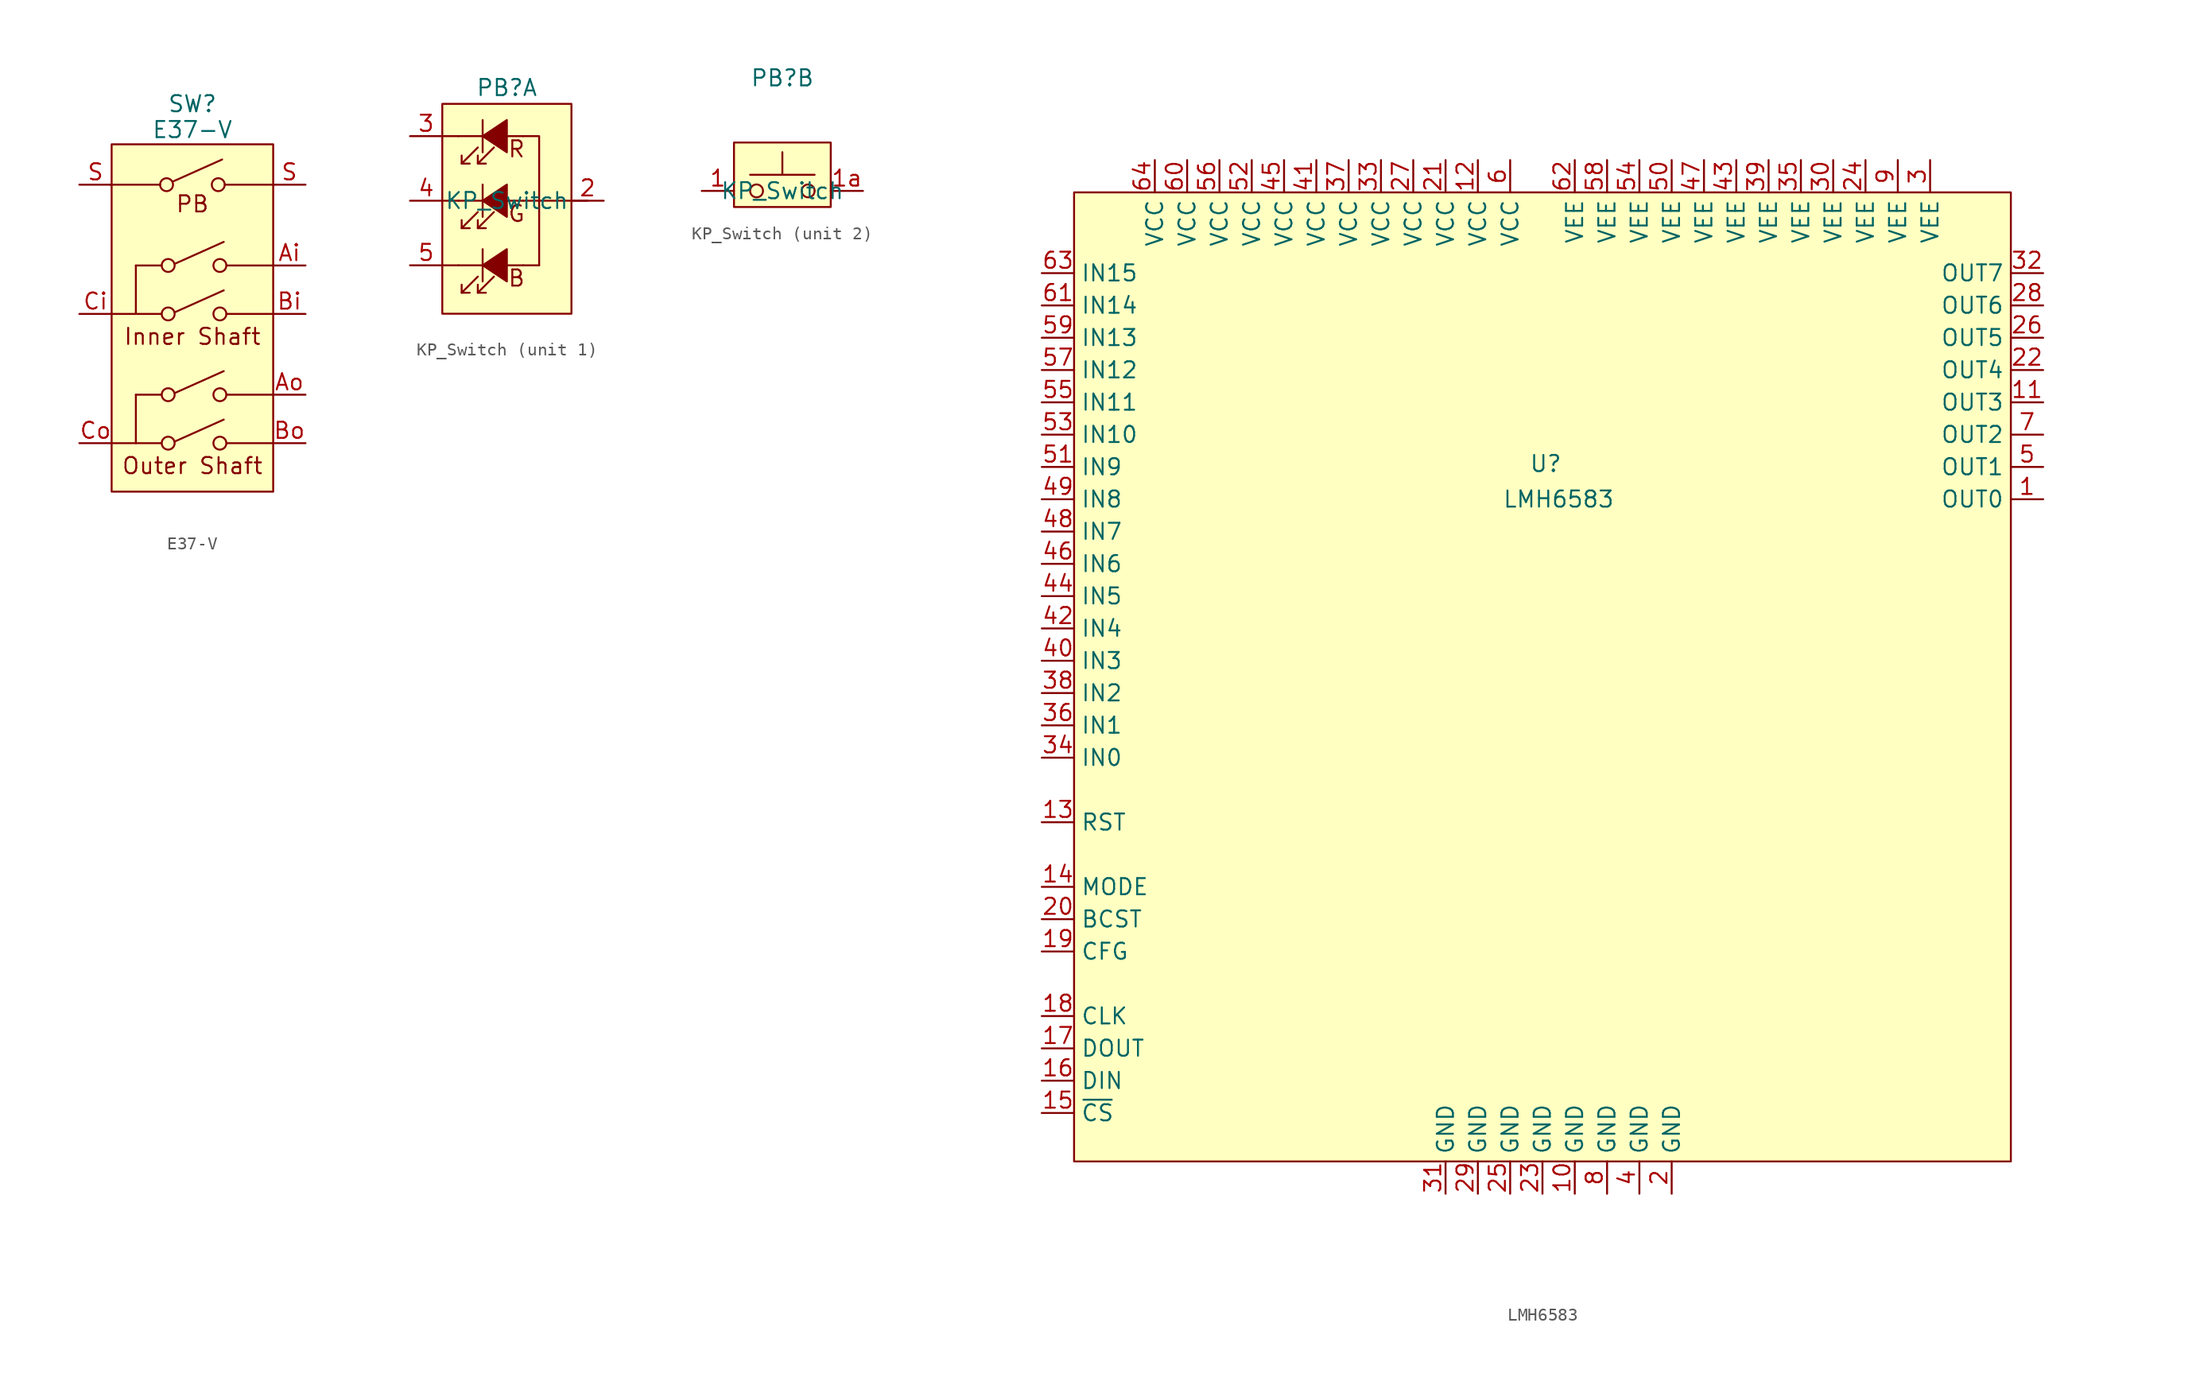
<source format=kicad_sym>
(kicad_symbol_lib
  (version 20241209)
  (generator "kicad_symbol_editor")
  (generator_version "9.0")
  (symbol "E37-V"
    (pin_names
      (hide yes))
    (property "Reference" "SW"
      (at 0 6.35 0)
      (effects (font (size 1.27 1.27))))
    (property "Value" "E37-V"
      (at 0 4.318 0)
      (effects (font (size 1.27 1.27))))
    (symbol "E37-V_0_0"
      (circle (center -2.032 0) (radius 0.508) (stroke (width 0) (type default)) (fill (type none)))
      (circle (center -1.905 -6.35) (radius 0.508) (stroke (width 0) (type default)) (fill (type none)))
      (circle (center -1.905 -10.16) (radius 0.508) (stroke (width 0) (type default)) (fill (type none)))
      (circle (center -1.905 -16.51) (radius 0.508) (stroke (width 0) (type default)) (fill (type none)))
      (circle (center -1.905 -20.32) (radius 0.508) (stroke (width 0) (type default)) (fill (type none))))
    (symbol "E37-V_0_1"
      (polyline (pts (xy -1.524 0.254) (xy 2.337 1.981)) (stroke (width 0) (type default)) (fill (type none)))
      (polyline (pts (xy -1.397 -6.223) (xy 2.464 -4.496)) (stroke (width 0) (type default)) (fill (type none)))
      (polyline (pts (xy -1.397 -10.033) (xy 2.464 -8.306)) (stroke (width 0) (type default)) (fill (type none)))
      (polyline (pts (xy -1.397 -16.383) (xy 2.464 -14.656)) (stroke (width 0) (type default)) (fill (type none)))
      (polyline (pts (xy -1.397 -20.193) (xy 2.464 -18.466)) (stroke (width 0) (type default)) (fill (type none)))
      (circle (center 2.032 0) (radius 0.508) (stroke (width 0) (type default)) (fill (type none)))
      (circle (center 2.159 -6.35) (radius 0.508) (stroke (width 0) (type default)) (fill (type none)))
      (circle (center 2.159 -10.16) (radius 0.508) (stroke (width 0) (type default)) (fill (type none)))
      (circle (center 2.159 -16.51) (radius 0.508) (stroke (width 0) (type default)) (fill (type none)))
      (circle (center 2.159 -20.32) (radius 0.508) (stroke (width 0) (type default)) (fill (type none))))
    (symbol "E37-V_1_1"
      (rectangle (start -6.35 3.175) (end 6.35 -24.13) (stroke (width 0) (type solid)) (fill (type background)))
      (polyline (pts (xy -6.35 -10.16) (xy -2.43 -10.16)) (stroke (width 0) (type default)) (fill (type none)))
      (polyline (pts (xy -6.35 -20.32) (xy -2.43 -20.32)) (stroke (width 0) (type default)) (fill (type none)))
      (polyline (pts (xy -4.445 -6.35) (xy -4.445 -10.16)) (stroke (width 0) (type default)) (fill (type none)))
      (polyline (pts (xy -4.445 -6.35) (xy -2.43 -6.35)) (stroke (width 0) (type default)) (fill (type none)))
      (polyline (pts (xy -4.445 -16.51) (xy -4.445 -20.32)) (stroke (width 0) (type default)) (fill (type none)))
      (polyline (pts (xy -4.445 -16.51) (xy -2.43 -16.51)) (stroke (width 0) (type default)) (fill (type none)))
      (polyline (pts (xy -2.54 0) (xy -6.46 0)) (stroke (width 0) (type default)) (fill (type none)))
      (polyline (pts (xy 2.54 0) (xy 6.46 0)) (stroke (width 0) (type default)) (fill (type none)))
      (polyline (pts (xy 6.35 -6.35) (xy 2.683 -6.35)) (stroke (width 0) (type default)) (fill (type none)))
      (polyline (pts (xy 6.35 -10.16) (xy 2.683 -10.16)) (stroke (width 0) (type default)) (fill (type none)))
      (polyline (pts (xy 6.35 -16.51) (xy 2.683 -16.51)) (stroke (width 0) (type default)) (fill (type none)))
      (polyline (pts (xy 6.35 -20.32) (xy 2.683 -20.32)) (stroke (width 0) (type default)) (fill (type none)))
      (text "PB" (at 0 -1.524 0) (effects (font (size 1.27 1.27))))
      (text "Inner Shaft" (at 0 -11.938 0) (effects (font (size 1.27 1.27))))
      (text "Outer Shaft" (at 0 -22.098 0) (effects (font (size 1.27 1.27))))
      (pin passive line (at -8.89 0 0) (length 2.54) (name "S" (effects (font (size 1.27 1.27)))) (number "S" (effects (font (size 1.27 1.27)))))
      (pin passive line (at -8.89 -10.16 0) (length 2.54) (name "Ci" (effects (font (size 1.27 1.27)))) (number "Ci" (effects (font (size 1.27 1.27)))))
      (pin passive line (at -8.89 -20.32 0) (length 2.54) (name "Co" (effects (font (size 1.27 1.27)))) (number "Co" (effects (font (size 1.27 1.27)))))
      (pin passive line (at 8.89 0 180) (length 2.54) (name "S" (effects (font (size 1.27 1.27)))) (number "S" (effects (font (size 1.27 1.27)))))
      (pin passive line (at 8.89 -6.35 180) (length 2.54) (name "Ai" (effects (font (size 1.27 1.27)))) (number "Ai" (effects (font (size 1.27 1.27)))))
      (pin passive line (at 8.89 -10.16 180) (length 2.54) (name "Bi" (effects (font (size 1.27 1.27)))) (number "Bi" (effects (font (size 1.27 1.27)))))
      (pin passive line (at 8.89 -16.51 180) (length 2.54) (name "Ao" (effects (font (size 1.27 1.27)))) (number "Ao" (effects (font (size 1.27 1.27)))))
      (pin passive line (at 8.89 -20.32 180) (length 2.54) (name "Bo" (effects (font (size 1.27 1.27)))) (number "Bo" (effects (font (size 1.27 1.27)))))))
  (symbol "KP_Switch"
    (pin_names
      (hide yes))
    (property "Reference" "PB"
      (at 0 8.89 0)
      (effects (font (size 1.27 1.27))))
    (property "Value" "KP_Switch"
      (at 0 0 0)
      (effects (font (size 1.27 1.27))))
    (property "ki_locked" ""
      (at 0 0 0)
      (effects (font (size 1.27 1.27))))
    (symbol "KP_Switch_0_1"
      (polyline (pts (xy 2.54 0) (xy 2.54 0)) (stroke (width 0) (type default)) (fill (type none))))
    (symbol "KP_Switch_1_0"
      (polyline (pts (xy -3.81 5.08) (xy 1.27 5.08)) (stroke (width 0) (type solid)) (fill (type none)))
      (polyline (pts (xy -3.81 0) (xy 1.27 0)) (stroke (width 0) (type solid)) (fill (type none)))
      (polyline (pts (xy -3.81 -5.08) (xy 1.27 -5.08)) (stroke (width 0) (type solid)) (fill (type none)))
      (polyline (pts (xy -3.556 3.556) (xy -3.556 2.921) (xy -2.921 2.921)) (stroke (width 0) (type solid)) (fill (type none)))
      (polyline (pts (xy -3.556 2.921) (xy -2.286 4.191)) (stroke (width 0) (type solid)) (fill (type none)))
      (polyline (pts (xy -3.556 -1.524) (xy -3.556 -2.159) (xy -2.921 -2.159)) (stroke (width 0) (type solid)) (fill (type none)))
      (polyline (pts (xy -3.556 -2.159) (xy -2.286 -0.889)) (stroke (width 0) (type solid)) (fill (type none)))
      (polyline (pts (xy -3.556 -6.604) (xy -3.556 -7.239) (xy -2.921 -7.239)) (stroke (width 0) (type solid)) (fill (type none)))
      (polyline (pts (xy -3.556 -7.239) (xy -2.286 -5.969)) (stroke (width 0) (type solid)) (fill (type none)))
      (polyline (pts (xy -2.286 3.556) (xy -2.286 2.921) (xy -1.651 2.921)) (stroke (width 0) (type solid)) (fill (type none)))
      (polyline (pts (xy -2.286 2.921) (xy -1.016 4.191)) (stroke (width 0) (type solid)) (fill (type none)))
      (polyline (pts (xy -2.286 -1.524) (xy -2.286 -2.159) (xy -1.651 -2.159)) (stroke (width 0) (type solid)) (fill (type none)))
      (polyline (pts (xy -2.286 -2.159) (xy -1.016 -0.889)) (stroke (width 0) (type solid)) (fill (type none)))
      (polyline (pts (xy -2.286 -6.604) (xy -2.286 -7.239) (xy -1.651 -7.239)) (stroke (width 0) (type solid)) (fill (type none)))
      (polyline (pts (xy -2.286 -7.239) (xy -1.016 -5.969)) (stroke (width 0) (type solid)) (fill (type none)))
      (polyline (pts (xy -1.905 6.35) (xy -1.905 3.81)) (stroke (width 0) (type solid)) (fill (type none)))
      (polyline (pts (xy -1.905 5.08) (xy 0 6.35) (xy 0 3.81) (xy -1.905 5.08)) (stroke (width 0) (type solid)) (fill (type outline)))
      (polyline (pts (xy -1.905 1.27) (xy -1.905 -1.27)) (stroke (width 0) (type solid)) (fill (type none)))
      (polyline (pts (xy -1.905 0) (xy 0 1.27) (xy 0 -1.27) (xy -1.905 0)) (stroke (width 0) (type solid)) (fill (type outline)))
      (polyline (pts (xy -1.905 -3.81) (xy -1.905 -6.35)) (stroke (width 0) (type solid)) (fill (type none)))
      (polyline (pts (xy -1.905 -5.08) (xy 0 -3.81) (xy 0 -6.35) (xy -1.905 -5.08)) (stroke (width 0) (type solid)) (fill (type outline))))
    (symbol "KP_Switch_1_1"
      (rectangle (start -5.08 7.62) (end 5.08 -8.89) (stroke (width 0) (type solid)) (fill (type background)))
      (polyline (pts (xy -3.81 5.08) (xy -5.08 5.08)) (stroke (width 0) (type solid)) (fill (type none)))
      (polyline (pts (xy -3.81 0) (xy -5.08 0)) (stroke (width 0) (type solid)) (fill (type none)))
      (polyline (pts (xy -3.81 0) (xy -3.81 0)) (stroke (width 0) (type default)) (fill (type none)))
      (polyline (pts (xy -3.81 -5.08) (xy -5.08 -5.08)) (stroke (width 0) (type solid)) (fill (type none)))
      (polyline (pts (xy 1.27 5.08) (xy 2.54 5.08) (xy 2.54 -5.08)) (stroke (width 0) (type solid)) (fill (type none)))
      (polyline (pts (xy 1.27 0) (xy 2.54 0)) (stroke (width 0) (type solid)) (fill (type none)))
      (polyline (pts (xy 1.27 -5.08) (xy 2.54 -5.08)) (stroke (width 0) (type solid)) (fill (type none)))
      (polyline (pts (xy 6.35 0) (xy 2.54 0)) (stroke (width 0) (type default)) (fill (type none)))
      (text "R" (at 0.762 4.064 0) (effects (font (size 1.27 1.27))))
      (text "G" (at 0.762 -1.016 0) (effects (font (size 1.27 1.27))))
      (text "B" (at 0.762 -6.096 0) (effects (font (size 1.27 1.27))))
      (pin passive line (at -7.62 5.08 0) (length 2.54) (name "K_R" (effects (font (size 1.27 1.27)))) (number "3" (effects (font (size 1.27 1.27)))))
      (pin passive line (at -7.62 0 0) (length 2.54) (name "K_G" (effects (font (size 1.27 1.27)))) (number "4" (effects (font (size 1.27 1.27)))))
      (pin passive line (at -7.62 -5.08 0) (length 2.54) (name "K_B" (effects (font (size 1.27 1.27)))) (number "5" (effects (font (size 1.27 1.27)))))
      (pin passive line (at 7.62 0 180) (length 2.54) (name "A" (effects (font (size 1.27 1.27)))) (number "2" (effects (font (size 1.27 1.27))))))
    (symbol "KP_Switch_2_1"
      (rectangle (start -3.81 3.81) (end 3.81 -1.27) (stroke (width 0) (type solid)) (fill (type background)))
      (circle (center -2.032 0) (radius 0.508) (stroke (width 0) (type solid)) (fill (type none)))
      (polyline (pts (xy 0 1.27) (xy 0 3.048)) (stroke (width 0) (type solid)) (fill (type none)))
      (circle (center 2.032 0) (radius 0.508) (stroke (width 0) (type solid)) (fill (type none)))
      (polyline (pts (xy 2.54 1.27) (xy -2.54 1.27)) (stroke (width 0) (type solid)) (fill (type none)))
      (pin passive line (at -6.35 0 0) (length 2.54) (name "1" (effects (font (size 1.27 1.27)))) (number "1" (effects (font (size 1.27 1.27)))))
      (pin passive line (at 6.35 0 180) (length 2.54) (name "A" (effects (font (size 1.27 1.27)))) (number "1a" (effects (font (size 1.27 1.27)))))))
  (symbol "LMH6583"
    (property "Reference" "U"
      (at -1.016 2.794 0)
      (effects (font (size 1.27 1.27))))
    (property "Value" "LMH6583"
      (at 0 0 0)
      (effects (font (size 1.27 1.27))))
    (symbol "LMH6583_0_0"
      (pin input line (at -40.64 17.78 0) (length 2.54) (name "IN15" (effects (font (size 1.27 1.27)))) (number "63" (effects (font (size 1.27 1.27)))))
      (pin input line (at -40.64 15.24 0) (length 2.54) (name "IN14" (effects (font (size 1.27 1.27)))) (number "61" (effects (font (size 1.27 1.27)))))
      (pin input line (at -40.64 12.7 0) (length 2.54) (name "IN13" (effects (font (size 1.27 1.27)))) (number "59" (effects (font (size 1.27 1.27)))))
      (pin input line (at -40.64 10.16 0) (length 2.54) (name "IN12" (effects (font (size 1.27 1.27)))) (number "57" (effects (font (size 1.27 1.27)))))
      (pin input line (at -40.64 7.62 0) (length 2.54) (name "IN11" (effects (font (size 1.27 1.27)))) (number "55" (effects (font (size 1.27 1.27)))))
      (pin input line (at -40.64 5.08 0) (length 2.54) (name "IN10" (effects (font (size 1.27 1.27)))) (number "53" (effects (font (size 1.27 1.27)))))
      (pin input line (at -40.64 2.54 0) (length 2.54) (name "IN9" (effects (font (size 1.27 1.27)))) (number "51" (effects (font (size 1.27 1.27)))))
      (pin input line (at -40.64 0 0) (length 2.54) (name "IN8" (effects (font (size 1.27 1.27)))) (number "49" (effects (font (size 1.27 1.27)))))
      (pin input line (at -40.64 -2.54 0) (length 2.54) (name "IN7" (effects (font (size 1.27 1.27)))) (number "48" (effects (font (size 1.27 1.27)))))
      (pin input line (at -40.64 -5.08 0) (length 2.54) (name "IN6" (effects (font (size 1.27 1.27)))) (number "46" (effects (font (size 1.27 1.27)))))
      (pin input line (at -40.64 -7.62 0) (length 2.54) (name "IN5" (effects (font (size 1.27 1.27)))) (number "44" (effects (font (size 1.27 1.27)))))
      (pin input line (at -40.64 -10.16 0) (length 2.54) (name "IN4" (effects (font (size 1.27 1.27)))) (number "42" (effects (font (size 1.27 1.27)))))
      (pin input line (at -40.64 -12.7 0) (length 2.54) (name "IN3" (effects (font (size 1.27 1.27)))) (number "40" (effects (font (size 1.27 1.27)))))
      (pin input line (at -40.64 -15.24 0) (length 2.54) (name "IN2" (effects (font (size 1.27 1.27)))) (number "38" (effects (font (size 1.27 1.27)))))
      (pin input line (at -40.64 -17.78 0) (length 2.54) (name "IN1" (effects (font (size 1.27 1.27)))) (number "36" (effects (font (size 1.27 1.27)))))
      (pin input line (at -40.64 -20.32 0) (length 2.54) (name "IN0" (effects (font (size 1.27 1.27)))) (number "34" (effects (font (size 1.27 1.27)))))
      (pin input line (at -40.64 -25.4 0) (length 2.54) (name "RST" (effects (font (size 1.27 1.27)))) (number "13" (effects (font (size 1.27 1.27)))))
      (pin input line (at -40.64 -30.48 0) (length 2.54) (name "MODE" (effects (font (size 1.27 1.27)))) (number "14" (effects (font (size 1.27 1.27)))))
      (pin input line (at -40.64 -33.02 0) (length 2.54) (name "BCST" (effects (font (size 1.27 1.27)))) (number "20" (effects (font (size 1.27 1.27)))))
      (pin input line (at -40.64 -35.56 0) (length 2.54) (name "CFG" (effects (font (size 1.27 1.27)))) (number "19" (effects (font (size 1.27 1.27)))))
      (pin input line (at -40.64 -40.64 0) (length 2.54) (name "CLK" (effects (font (size 1.27 1.27)))) (number "18" (effects (font (size 1.27 1.27)))))
      (pin output line (at -40.64 -43.18 0) (length 2.54) (name "DOUT" (effects (font (size 1.27 1.27)))) (number "17" (effects (font (size 1.27 1.27)))))
      (pin input line (at -40.64 -45.72 0) (length 2.54) (name "DIN" (effects (font (size 1.27 1.27)))) (number "16" (effects (font (size 1.27 1.27)))))
      (pin input line (at -40.64 -48.26 0) (length 2.54) (name "~{CS}" (effects (font (size 1.27 1.27)))) (number "15" (effects (font (size 1.27 1.27)))))
      (pin power_in line (at -31.75 26.67 270) (length 2.54) (name "VCC" (effects (font (size 1.27 1.27)))) (number "64" (effects (font (size 1.27 1.27)))))
      (pin power_in line (at -29.21 26.67 270) (length 2.54) (name "VCC" (effects (font (size 1.27 1.27)))) (number "60" (effects (font (size 1.27 1.27)))))
      (pin power_in line (at -26.67 26.67 270) (length 2.54) (name "VCC" (effects (font (size 1.27 1.27)))) (number "56" (effects (font (size 1.27 1.27)))))
      (pin power_in line (at -24.13 26.67 270) (length 2.54) (name "VCC" (effects (font (size 1.27 1.27)))) (number "52" (effects (font (size 1.27 1.27)))))
      (pin power_in line (at -21.59 26.67 270) (length 2.54) (name "VCC" (effects (font (size 1.27 1.27)))) (number "45" (effects (font (size 1.27 1.27)))))
      (pin power_in line (at -19.05 26.67 270) (length 2.54) (name "VCC" (effects (font (size 1.27 1.27)))) (number "41" (effects (font (size 1.27 1.27)))))
      (pin power_in line (at -16.51 26.67 270) (length 2.54) (name "VCC" (effects (font (size 1.27 1.27)))) (number "37" (effects (font (size 1.27 1.27)))))
      (pin power_in line (at -13.97 26.67 270) (length 2.54) (name "VCC" (effects (font (size 1.27 1.27)))) (number "33" (effects (font (size 1.27 1.27)))))
      (pin power_in line (at -11.43 26.67 270) (length 2.54) (name "VCC" (effects (font (size 1.27 1.27)))) (number "27" (effects (font (size 1.27 1.27)))))
      (pin power_in line (at -8.89 26.67 270) (length 2.54) (name "VCC" (effects (font (size 1.27 1.27)))) (number "21" (effects (font (size 1.27 1.27)))))
      (pin power_in line (at -8.89 -54.61 90) (length 2.54) (name "GND" (effects (font (size 1.27 1.27)))) (number "31" (effects (font (size 1.27 1.27)))))
      (pin power_in line (at -6.35 26.67 270) (length 2.54) (name "VCC" (effects (font (size 1.27 1.27)))) (number "12" (effects (font (size 1.27 1.27)))))
      (pin power_in line (at -6.35 -54.61 90) (length 2.54) (name "GND" (effects (font (size 1.27 1.27)))) (number "29" (effects (font (size 1.27 1.27)))))
      (pin power_in line (at -3.81 26.67 270) (length 2.54) (name "VCC" (effects (font (size 1.27 1.27)))) (number "6" (effects (font (size 1.27 1.27)))))
      (pin power_in line (at -3.81 -54.61 90) (length 2.54) (name "GND" (effects (font (size 1.27 1.27)))) (number "25" (effects (font (size 1.27 1.27)))))
      (pin power_in line (at -1.27 -54.61 90) (length 2.54) (name "GND" (effects (font (size 1.27 1.27)))) (number "23" (effects (font (size 1.27 1.27)))))
      (pin power_in line (at 1.27 26.67 270) (length 2.54) (name "VEE" (effects (font (size 1.27 1.27)))) (number "62" (effects (font (size 1.27 1.27)))))
      (pin power_in line (at 1.27 -54.61 90) (length 2.54) (name "GND" (effects (font (size 1.27 1.27)))) (number "10" (effects (font (size 1.27 1.27)))))
      (pin power_in line (at 3.81 26.67 270) (length 2.54) (name "VEE" (effects (font (size 1.27 1.27)))) (number "58" (effects (font (size 1.27 1.27)))))
      (pin power_in line (at 3.81 -54.61 90) (length 2.54) (name "GND" (effects (font (size 1.27 1.27)))) (number "8" (effects (font (size 1.27 1.27)))))
      (pin power_in line (at 6.35 26.67 270) (length 2.54) (name "VEE" (effects (font (size 1.27 1.27)))) (number "54" (effects (font (size 1.27 1.27)))))
      (pin power_in line (at 6.35 -54.61 90) (length 2.54) (name "GND" (effects (font (size 1.27 1.27)))) (number "4" (effects (font (size 1.27 1.27)))))
      (pin power_in line (at 8.89 26.67 270) (length 2.54) (name "VEE" (effects (font (size 1.27 1.27)))) (number "50" (effects (font (size 1.27 1.27)))))
      (pin power_in line (at 8.89 -54.61 90) (length 2.54) (name "GND" (effects (font (size 1.27 1.27)))) (number "2" (effects (font (size 1.27 1.27)))))
      (pin power_in line (at 11.43 26.67 270) (length 2.54) (name "VEE" (effects (font (size 1.27 1.27)))) (number "47" (effects (font (size 1.27 1.27)))))
      (pin power_in line (at 13.97 26.67 270) (length 2.54) (name "VEE" (effects (font (size 1.27 1.27)))) (number "43" (effects (font (size 1.27 1.27)))))
      (pin power_in line (at 16.51 26.67 270) (length 2.54) (name "VEE" (effects (font (size 1.27 1.27)))) (number "39" (effects (font (size 1.27 1.27)))))
      (pin power_in line (at 19.05 26.67 270) (length 2.54) (name "VEE" (effects (font (size 1.27 1.27)))) (number "35" (effects (font (size 1.27 1.27)))))
      (pin power_in line (at 21.59 26.67 270) (length 2.54) (name "VEE" (effects (font (size 1.27 1.27)))) (number "30" (effects (font (size 1.27 1.27)))))
      (pin power_in line (at 24.13 26.67 270) (length 2.54) (name "VEE" (effects (font (size 1.27 1.27)))) (number "24" (effects (font (size 1.27 1.27)))))
      (pin power_in line (at 26.67 26.67 270) (length 2.54) (name "VEE" (effects (font (size 1.27 1.27)))) (number "9" (effects (font (size 1.27 1.27)))))
      (pin power_in line (at 29.21 26.67 270) (length 2.54) (name "VEE" (effects (font (size 1.27 1.27)))) (number "3" (effects (font (size 1.27 1.27)))))
      (pin output line (at 38.1 17.78 180) (length 2.54) (name "OUT7" (effects (font (size 1.27 1.27)))) (number "32" (effects (font (size 1.27 1.27)))))
      (pin output line (at 38.1 15.24 180) (length 2.54) (name "OUT6" (effects (font (size 1.27 1.27)))) (number "28" (effects (font (size 1.27 1.27)))))
      (pin output line (at 38.1 12.7 180) (length 2.54) (name "OUT5" (effects (font (size 1.27 1.27)))) (number "26" (effects (font (size 1.27 1.27)))))
      (pin output line (at 38.1 10.16 180) (length 2.54) (name "OUT4" (effects (font (size 1.27 1.27)))) (number "22" (effects (font (size 1.27 1.27)))))
      (pin output line (at 38.1 7.62 180) (length 2.54) (name "OUT3" (effects (font (size 1.27 1.27)))) (number "11" (effects (font (size 1.27 1.27)))))
      (pin output line (at 38.1 5.08 180) (length 2.54) (name "OUT2" (effects (font (size 1.27 1.27)))) (number "7" (effects (font (size 1.27 1.27)))))
      (pin output line (at 38.1 2.54 180) (length 2.54) (name "OUT1" (effects (font (size 1.27 1.27)))) (number "5" (effects (font (size 1.27 1.27)))))
      (pin output line (at 38.1 0 180) (length 2.54) (name "OUT0" (effects (font (size 1.27 1.27)))) (number "1" (effects (font (size 1.27 1.27))))))
    (symbol "LMH6583_1_1"
      (rectangle (start -38.1 24.13) (end 35.56 -52.07) (stroke (width 0) (type solid)) (fill (type background))))))
</source>
